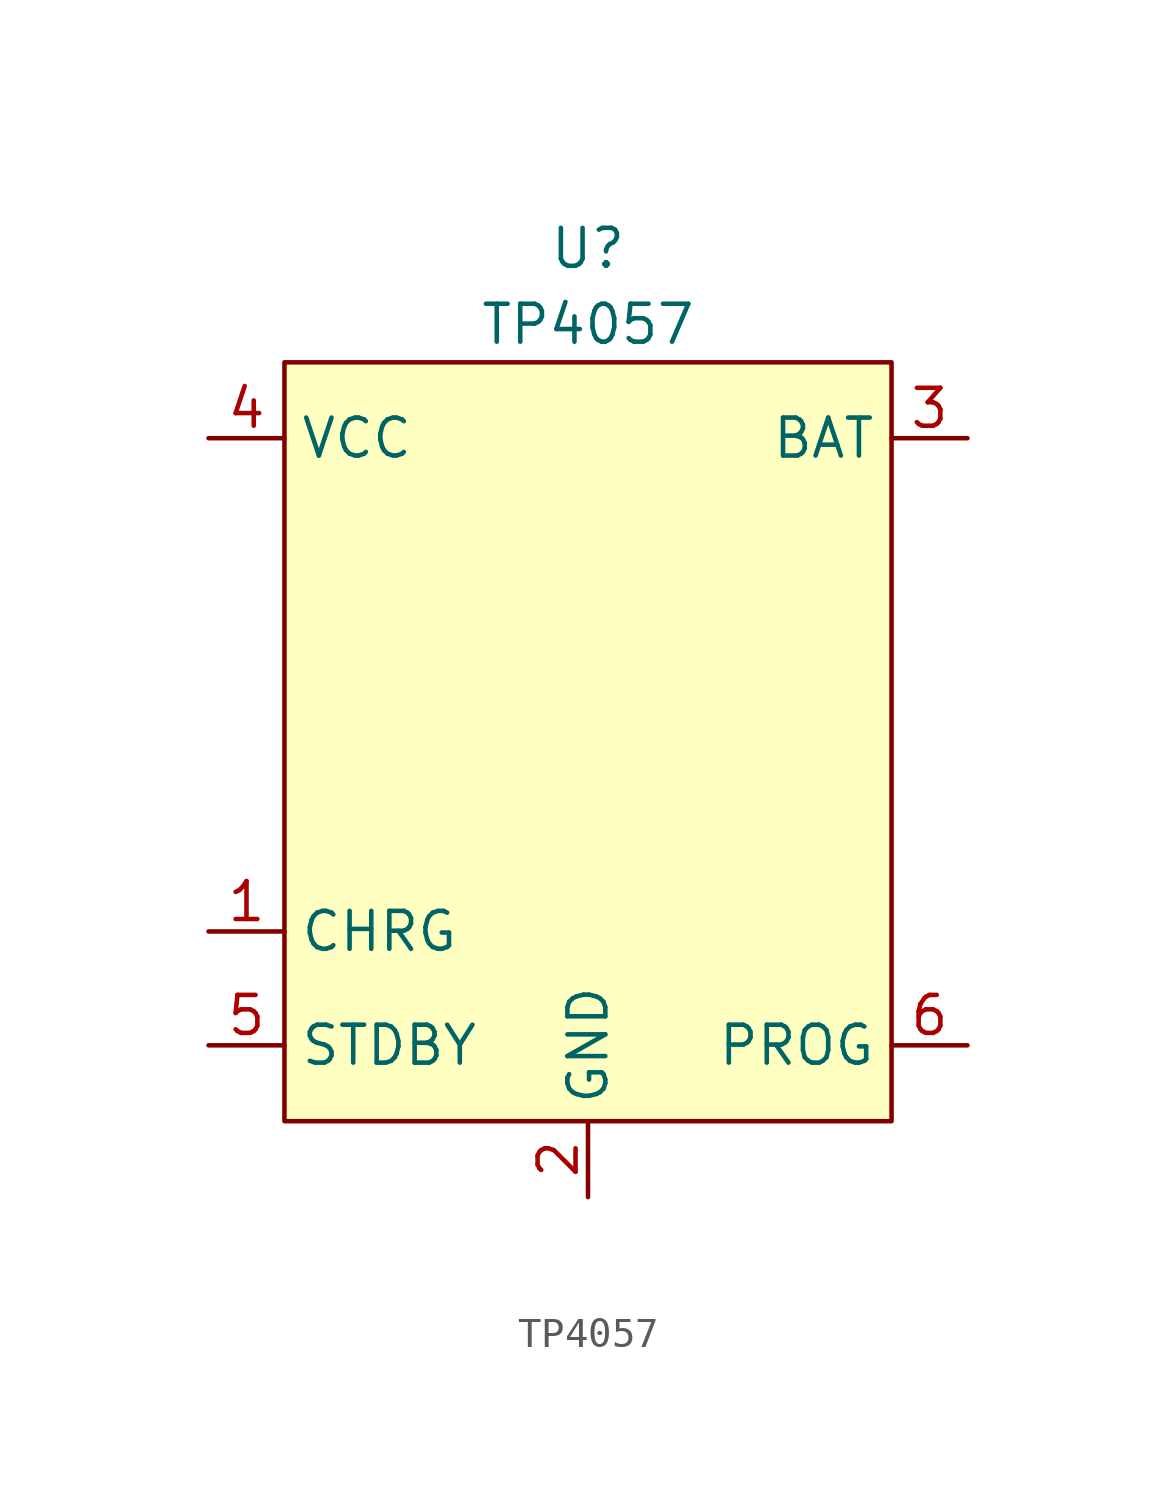
<source format=kicad_sym>
(kicad_symbol_lib
  (version 20220914)
  (generator kicad_symbol_editor)
  (symbol "TP4057"
    (property "Reference" "U"
      (at 0 2.54 0)
      (effects (font (size 1.27 1.27))))
    (property "Value" "TP4057"
      (at 0 0 0)
      (effects (font (size 1.27 1.27))))
    (symbol "TP4057_1_1"
      (rectangle (start -10.16 -1.27) (end 10.16 -26.67) (stroke (width 0) (type default)) (fill (type background)))
      (pin input line (at -12.7 -20.32 0) (length 2.54) (name "CHRG" (effects (font (size 1.27 1.27)))) (number "1" (effects (font (size 1.27 1.27)))))
      (pin input line (at 0 -29.21 90) (length 2.54) (name "GND" (effects (font (size 1.27 1.27)))) (number "2" (effects (font (size 1.27 1.27)))))
      (pin input line (at 12.7 -3.81 180) (length 2.54) (name "BAT" (effects (font (size 1.27 1.27)))) (number "3" (effects (font (size 1.27 1.27)))))
      (pin input line (at -12.7 -3.81 0) (length 2.54) (name "VCC" (effects (font (size 1.27 1.27)))) (number "4" (effects (font (size 1.27 1.27)))))
      (pin input line (at -12.7 -24.13 0) (length 2.54) (name "STDBY" (effects (font (size 1.27 1.27)))) (number "5" (effects (font (size 1.27 1.27)))))
      (pin input line (at 12.7 -24.13 180) (length 2.54) (name "PROG" (effects (font (size 1.27 1.27)))) (number "6" (effects (font (size 1.27 1.27))))))))
</source>
